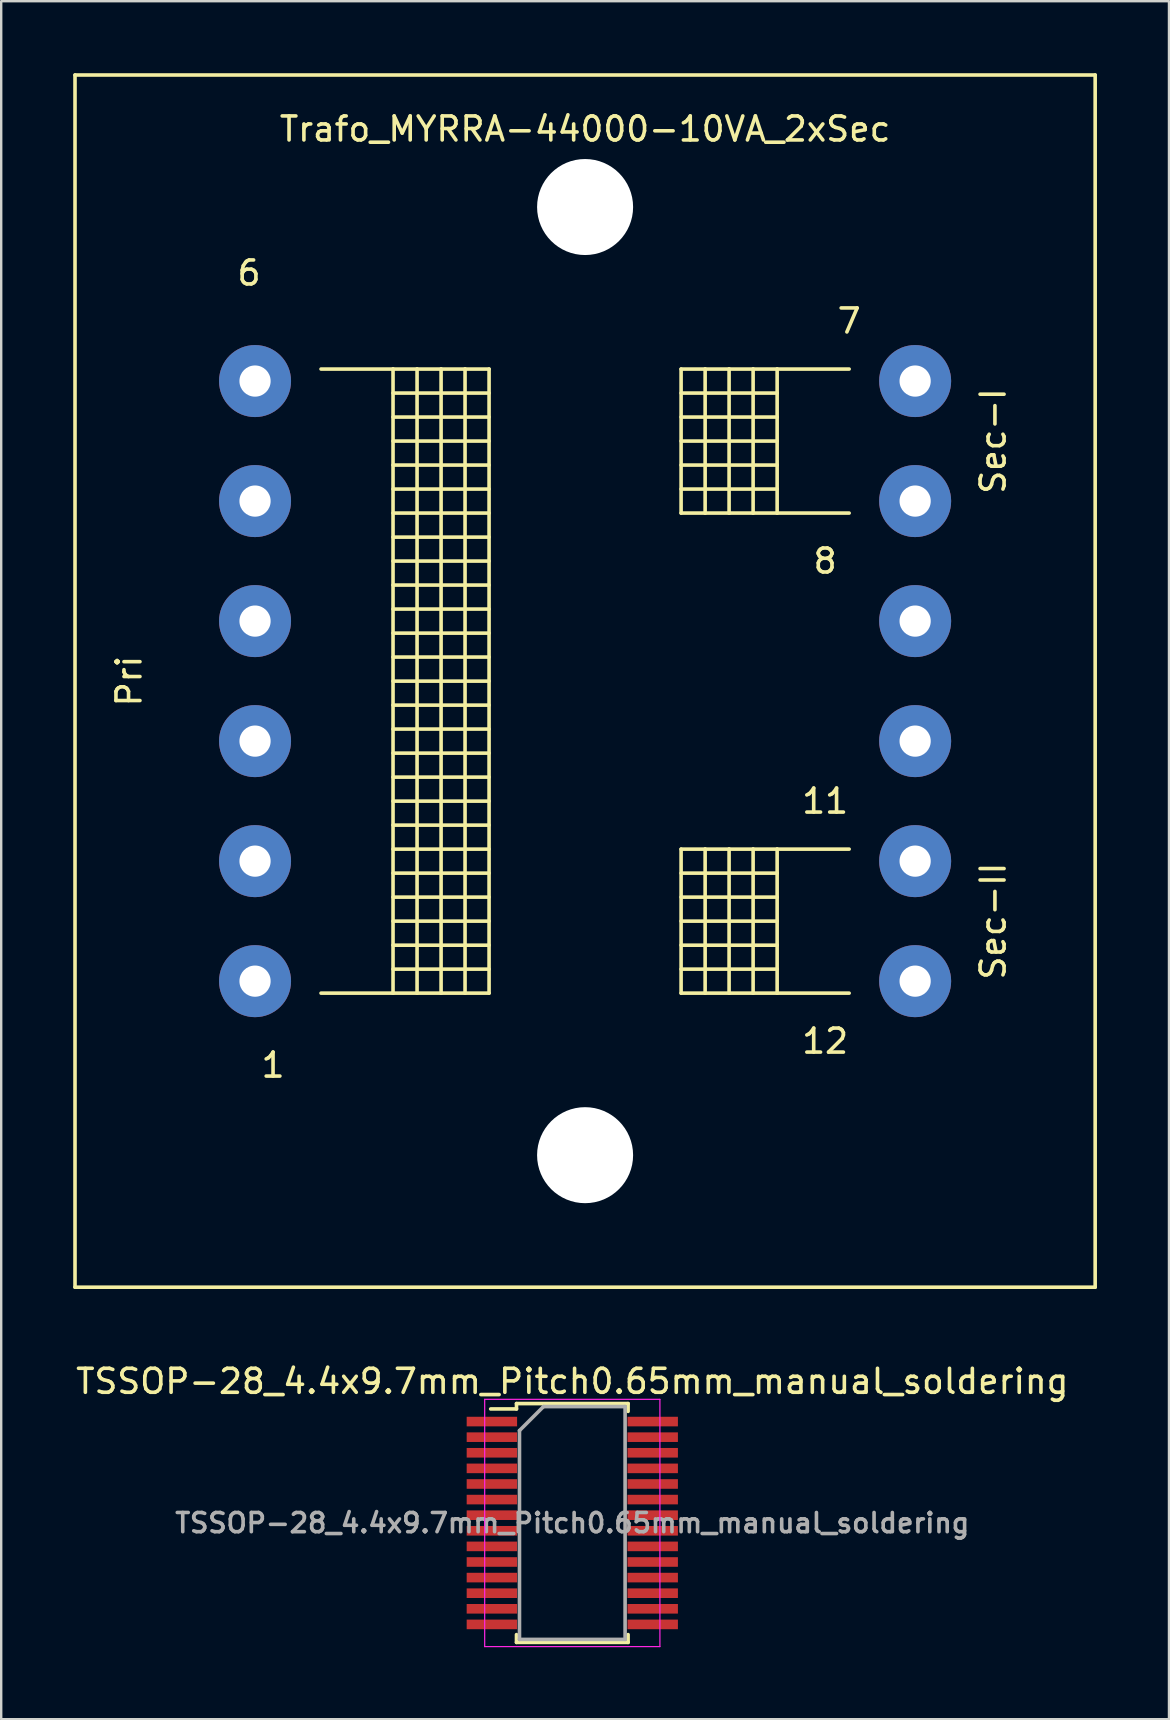
<source format=kicad_pcb>
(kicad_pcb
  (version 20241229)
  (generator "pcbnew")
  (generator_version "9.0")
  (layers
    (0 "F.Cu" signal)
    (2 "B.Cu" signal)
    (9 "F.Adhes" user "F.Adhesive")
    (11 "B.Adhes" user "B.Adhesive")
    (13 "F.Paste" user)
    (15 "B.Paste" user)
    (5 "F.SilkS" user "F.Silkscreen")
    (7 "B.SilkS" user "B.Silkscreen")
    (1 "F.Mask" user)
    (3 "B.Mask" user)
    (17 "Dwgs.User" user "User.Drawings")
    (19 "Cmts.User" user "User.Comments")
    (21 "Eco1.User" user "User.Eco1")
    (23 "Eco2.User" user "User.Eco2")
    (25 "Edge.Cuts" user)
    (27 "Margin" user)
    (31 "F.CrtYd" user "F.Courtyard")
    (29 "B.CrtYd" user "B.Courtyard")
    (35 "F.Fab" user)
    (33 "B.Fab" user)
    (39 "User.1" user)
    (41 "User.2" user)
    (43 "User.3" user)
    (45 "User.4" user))
  (footprint "Trafo_MYRRA-44000-10VA_2xSec"
    (layer "F.Cu")
    (at 21.325 25.325)
    (property "Reference" "Trafo_MYRRA-44000-10VA_2xSec" (at 0 -23 0) (layer "F.SilkS") (effects (font (size 1 1) (thickness 0.15))))
    (attr through_hole)
    (fp_line (start -21.25 -25.25) (end 21.25 -25.25) (stroke (width 0.15) (type solid)) (layer "F.SilkS"))
    (fp_line (start -21.25 25.25) (end -21.25 -25.25) (stroke (width 0.15) (type solid)) (layer "F.SilkS"))
    (fp_line (start -11.001 -13) (end -8.001 -13) (stroke (width 0.15) (type solid)) (layer "F.SilkS"))
    (fp_line (start -8.001 -13) (end -8.001 13) (stroke (width 0.15) (type solid)) (layer "F.SilkS"))
    (fp_line (start -8.001 -13) (end -7 -13) (stroke (width 0.15) (type solid)) (layer "F.SilkS"))
    (fp_line (start -8.001 -11.999) (end -4 -11.999) (stroke (width 0.15) (type solid)) (layer "F.SilkS"))
    (fp_line (start -8.001 -11.001) (end -4 -11.001) (stroke (width 0.15) (type solid)) (layer "F.SilkS"))
    (fp_line (start -8.001 -10) (end -4 -10) (stroke (width 0.15) (type solid)) (layer "F.SilkS"))
    (fp_line (start -8.001 -8.999) (end -4 -8.999) (stroke (width 0.15) (type solid)) (layer "F.SilkS"))
    (fp_line (start -8.001 -8.001) (end -4 -8.001) (stroke (width 0.15) (type solid)) (layer "F.SilkS"))
    (fp_line (start -8.001 -7) (end -4 -7) (stroke (width 0.15) (type solid)) (layer "F.SilkS"))
    (fp_line (start -8.001 -5.999) (end -4 -5.999) (stroke (width 0.15) (type solid)) (layer "F.SilkS"))
    (fp_line (start -8.001 -5.001) (end -4 -5.001) (stroke (width 0.15) (type solid)) (layer "F.SilkS"))
    (fp_line (start -8.001 -4) (end -4 -4) (stroke (width 0.15) (type solid)) (layer "F.SilkS"))
    (fp_line (start -8.001 -3) (end -4 -3) (stroke (width 0.15) (type solid)) (layer "F.SilkS"))
    (fp_line (start -8.001 -1.999) (end -4 -1.999) (stroke (width 0.15) (type solid)) (layer "F.SilkS"))
    (fp_line (start -8.001 -1.001) (end -4 -1.001) (stroke (width 0.15) (type solid)) (layer "F.SilkS"))
    (fp_line (start -8.001 0) (end -4 0) (stroke (width 0.15) (type solid)) (layer "F.SilkS"))
    (fp_line (start -8.001 1.001) (end -4 1.001) (stroke (width 0.15) (type solid)) (layer "F.SilkS"))
    (fp_line (start -8.001 1.999) (end -4 1.999) (stroke (width 0.15) (type solid)) (layer "F.SilkS"))
    (fp_line (start -8.001 3) (end -4 3) (stroke (width 0.15) (type solid)) (layer "F.SilkS"))
    (fp_line (start -8.001 4) (end -4 4) (stroke (width 0.15) (type solid)) (layer "F.SilkS"))
    (fp_line (start -8.001 5.001) (end -4 5.001) (stroke (width 0.15) (type solid)) (layer "F.SilkS"))
    (fp_line (start -8.001 5.999) (end -4 5.999) (stroke (width 0.15) (type solid)) (layer "F.SilkS"))
    (fp_line (start -8.001 7) (end -4 7) (stroke (width 0.15) (type solid)) (layer "F.SilkS"))
    (fp_line (start -8.001 8.001) (end -4 8.001) (stroke (width 0.15) (type solid)) (layer "F.SilkS"))
    (fp_line (start -8.001 8.999) (end -4 8.999) (stroke (width 0.15) (type solid)) (layer "F.SilkS"))
    (fp_line (start -8.001 10) (end -4 10) (stroke (width 0.15) (type solid)) (layer "F.SilkS"))
    (fp_line (start -8.001 11.999) (end -4 11.999) (stroke (width 0.15) (type solid)) (layer "F.SilkS"))
    (fp_line (start -8.001 13) (end -11.001 13) (stroke (width 0.15) (type solid)) (layer "F.SilkS"))
    (fp_line (start -7 -13) (end -7 13) (stroke (width 0.15) (type solid)) (layer "F.SilkS"))
    (fp_line (start -7 -13) (end -5.999 -13) (stroke (width 0.15) (type solid)) (layer "F.SilkS"))
    (fp_line (start -7 11.001) (end -8.001 11.001) (stroke (width 0.15) (type solid)) (layer "F.SilkS"))
    (fp_line (start -7 11.001) (end -4 11.001) (stroke (width 0.15) (type solid)) (layer "F.SilkS"))
    (fp_line (start -7 13) (end -8.001 13) (stroke (width 0.15) (type solid)) (layer "F.SilkS"))
    (fp_line (start -5.999 -13) (end -5.999 13) (stroke (width 0.15) (type solid)) (layer "F.SilkS"))
    (fp_line (start -5.999 -13) (end -5.001 -13) (stroke (width 0.15) (type solid)) (layer "F.SilkS"))
    (fp_line (start -5.999 13) (end -7 13) (stroke (width 0.15) (type solid)) (layer "F.SilkS"))
    (fp_line (start -5.001 -13) (end -5.001 13) (stroke (width 0.15) (type solid)) (layer "F.SilkS"))
    (fp_line (start -5.001 -13) (end -4 -13) (stroke (width 0.15) (type solid)) (layer "F.SilkS"))
    (fp_line (start -5.001 13) (end -5.999 13) (stroke (width 0.15) (type solid)) (layer "F.SilkS"))
    (fp_line (start -4 -13) (end -4 13) (stroke (width 0.15) (type solid)) (layer "F.SilkS"))
    (fp_line (start -4 13) (end -5.001 13) (stroke (width 0.15) (type solid)) (layer "F.SilkS"))
    (fp_line (start 4 -13) (end 4 -7) (stroke (width 0.15) (type solid)) (layer "F.SilkS"))
    (fp_line (start 4 -11.999) (end 8.001 -11.999) (stroke (width 0.15) (type solid)) (layer "F.SilkS"))
    (fp_line (start 4 -11.001) (end 8.001 -11.001) (stroke (width 0.15) (type solid)) (layer "F.SilkS"))
    (fp_line (start 4 -10) (end 8.001 -10) (stroke (width 0.15) (type solid)) (layer "F.SilkS"))
    (fp_line (start 4 -8.999) (end 8.001 -8.999) (stroke (width 0.15) (type solid)) (layer "F.SilkS"))
    (fp_line (start 4 -8.001) (end 8.001 -8.001) (stroke (width 0.15) (type solid)) (layer "F.SilkS"))
    (fp_line (start 4 -7) (end 5.001 -7) (stroke (width 0.15) (type solid)) (layer "F.SilkS"))
    (fp_line (start 4 7) (end 4 13) (stroke (width 0.15) (type solid)) (layer "F.SilkS"))
    (fp_line (start 4 8.001) (end 8.001 8.001) (stroke (width 0.15) (type solid)) (layer "F.SilkS"))
    (fp_line (start 4 8.999) (end 8.001 8.999) (stroke (width 0.15) (type solid)) (layer "F.SilkS"))
    (fp_line (start 4 10) (end 8.001 10) (stroke (width 0.15) (type solid)) (layer "F.SilkS"))
    (fp_line (start 4 11.001) (end 8.001 11.001) (stroke (width 0.15) (type solid)) (layer "F.SilkS"))
    (fp_line (start 4 11.999) (end 8.001 11.999) (stroke (width 0.15) (type solid)) (layer "F.SilkS"))
    (fp_line (start 4 13) (end 5.001 13) (stroke (width 0.15) (type solid)) (layer "F.SilkS"))
    (fp_line (start 5.001 -13) (end 4 -13) (stroke (width 0.15) (type solid)) (layer "F.SilkS"))
    (fp_line (start 5.001 -13) (end 5.001 -7) (stroke (width 0.15) (type solid)) (layer "F.SilkS"))
    (fp_line (start 5.001 -7) (end 5.999 -7) (stroke (width 0.15) (type solid)) (layer "F.SilkS"))
    (fp_line (start 5.001 7) (end 4 7) (stroke (width 0.15) (type solid)) (layer "F.SilkS"))
    (fp_line (start 5.001 7) (end 5.001 13) (stroke (width 0.15) (type solid)) (layer "F.SilkS"))
    (fp_line (start 5.001 13) (end 5.999 13) (stroke (width 0.15) (type solid)) (layer "F.SilkS"))
    (fp_line (start 5.999 -13) (end 5.001 -13) (stroke (width 0.15) (type solid)) (layer "F.SilkS"))
    (fp_line (start 5.999 -13) (end 5.999 -7) (stroke (width 0.15) (type solid)) (layer "F.SilkS"))
    (fp_line (start 5.999 -7) (end 7 -7) (stroke (width 0.15) (type solid)) (layer "F.SilkS"))
    (fp_line (start 5.999 7) (end 5.001 7) (stroke (width 0.15) (type solid)) (layer "F.SilkS"))
    (fp_line (start 5.999 7) (end 5.999 13) (stroke (width 0.15) (type solid)) (layer "F.SilkS"))
    (fp_line (start 5.999 13) (end 7 13) (stroke (width 0.15) (type solid)) (layer "F.SilkS"))
    (fp_line (start 7 -13) (end 5.999 -13) (stroke (width 0.15) (type solid)) (layer "F.SilkS"))
    (fp_line (start 7 -13) (end 7 -7) (stroke (width 0.15) (type solid)) (layer "F.SilkS"))
    (fp_line (start 7 -7) (end 8.001 -7) (stroke (width 0.15) (type solid)) (layer "F.SilkS"))
    (fp_line (start 7 7) (end 5.999 7) (stroke (width 0.15) (type solid)) (layer "F.SilkS"))
    (fp_line (start 7 7) (end 7 13) (stroke (width 0.15) (type solid)) (layer "F.SilkS"))
    (fp_line (start 7 13) (end 8.001 13) (stroke (width 0.15) (type solid)) (layer "F.SilkS"))
    (fp_line (start 8.001 -13) (end 7 -13) (stroke (width 0.15) (type solid)) (layer "F.SilkS"))
    (fp_line (start 8.001 -13) (end 8.001 -7) (stroke (width 0.15) (type solid)) (layer "F.SilkS"))
    (fp_line (start 8.001 -7) (end 11.001 -7) (stroke (width 0.15) (type solid)) (layer "F.SilkS"))
    (fp_line (start 8.001 7) (end 7 7) (stroke (width 0.15) (type solid)) (layer "F.SilkS"))
    (fp_line (start 8.001 7) (end 8.001 13) (stroke (width 0.15) (type solid)) (layer "F.SilkS"))
    (fp_line (start 8.001 13) (end 11.001 13) (stroke (width 0.15) (type solid)) (layer "F.SilkS"))
    (fp_line (start 11.001 -13) (end 8.001 -13) (stroke (width 0.15) (type solid)) (layer "F.SilkS"))
    (fp_line (start 11.001 7) (end 8.001 7) (stroke (width 0.15) (type solid)) (layer "F.SilkS"))
    (fp_line (start 21.25 -25.25) (end 21.25 25.25) (stroke (width 0.15) (type solid)) (layer "F.SilkS"))
    (fp_line (start 21.25 25.25) (end -21.25 25.25) (stroke (width 0.15) (type solid)) (layer "F.SilkS"))
    (fp_text user "8" (at 10 -5.001 0) (layer "F.SilkS") (effects (font (size 1 1) (thickness 0.15))))
    (fp_text user "7" (at 11.001 -15.001 0) (layer "F.SilkS") (effects (font (size 1 1) (thickness 0.15))))
    (fp_text user "1" (at -13 15.999 0) (layer "F.SilkS") (effects (font (size 1 1) (thickness 0.15))))
    (fp_text user "6" (at -14 -17 0) (layer "F.SilkS") (effects (font (size 1 1) (thickness 0.15))))
    (fp_text user "11" (at 10 5.001 0) (layer "F.SilkS") (effects (font (size 1 1) (thickness 0.15))))
    (fp_text user "Pri" (at -18.999 0 90) (layer "F.SilkS") (effects (font (size 1 1) (thickness 0.15))))
    (fp_text user "Sec-II" (at 17 10 90) (layer "F.SilkS") (effects (font (size 1 1) (thickness 0.15))))
    (fp_text user "12" (at 10 15.001 0) (layer "F.SilkS") (effects (font (size 1 1) (thickness 0.15))))
    (fp_text user "Sec-I" (at 17 -10 90) (layer "F.SilkS") (effects (font (size 1 1) (thickness 0.15))))
    (pad "" np_thru_hole circle (at 0 -19.75) (size 4 4) (drill 4) (layers "*.Cu" "*.Mask"))
    (pad "" np_thru_hole circle (at 0 19.75) (size 4 4) (drill 4) (layers "*.Cu" "*.Mask"))
    (pad "1" thru_hole circle (at -13.75 12.5) (size 3 3) (drill 1.3) (layers "*.Cu" "*.Mask"))
    (pad "2" thru_hole circle (at -13.75 7.5) (size 3 3) (drill 1.3) (layers "*.Cu" "*.Mask"))
    (pad "3" thru_hole circle (at -13.75 2.5) (size 3 3) (drill 1.3) (layers "*.Cu" "*.Mask"))
    (pad "4" thru_hole circle (at -13.75 -2.5) (size 3 3) (drill 1.3) (layers "*.Cu" "*.Mask"))
    (pad "5" thru_hole circle (at -13.75 -7.5) (size 3 3) (drill 1.3) (layers "*.Cu" "*.Mask"))
    (pad "6" thru_hole circle (at -13.75 -12.5) (size 3 3) (drill 1.3) (layers "*.Cu" "*.Mask"))
    (pad "7" thru_hole circle (at 13.75 -12.5) (size 3 3) (drill 1.3) (layers "*.Cu" "*.Mask"))
    (pad "8" thru_hole circle (at 13.75 -7.5) (size 3 3) (drill 1.3) (layers "*.Cu" "*.Mask"))
    (pad "9" thru_hole circle (at 13.75 -2.5) (size 3 3) (drill 1.3) (layers "*.Cu" "*.Mask"))
    (pad "10" thru_hole circle (at 13.75 2.5) (size 3 3) (drill 1.3) (layers "*.Cu" "*.Mask"))
    (pad "11" thru_hole circle (at 13.75 7.5) (size 3 3) (drill 1.3) (layers "*.Cu" "*.Mask"))
    (pad "12" thru_hole circle (at 13.75 12.5) (size 3 3) (drill 1.3) (layers "*.Cu" "*.Mask")))
  (footprint "TSSOP-28_4.4x9.7mm_Pitch0.65mm_manual_soldering"
    (layer "F.Cu")
    (at 20.792 60.398)
    (property "Reference" "TSSOP-28_4.4x9.7mm_Pitch0.65mm_manual_soldering" (at 0 -5.9 0) (layer "F.SilkS") (effects (font (size 1 1) (thickness 0.15))))
    (attr smd)
    (fp_line (start -2.325 -4.975) (end -2.325 -4.75) (stroke (width 0.15) (type solid)) (layer "F.SilkS"))
    (fp_line (start -2.325 -4.975) (end 2.325 -4.975) (stroke (width 0.15) (type solid)) (layer "F.SilkS"))
    (fp_line (start -2.325 -4.75) (end -3.4 -4.75) (stroke (width 0.15) (type solid)) (layer "F.SilkS"))
    (fp_line (start -2.325 4.975) (end -2.325 4.65) (stroke (width 0.15) (type solid)) (layer "F.SilkS"))
    (fp_line (start -2.325 4.975) (end 2.325 4.975) (stroke (width 0.15) (type solid)) (layer "F.SilkS"))
    (fp_line (start 2.325 -4.975) (end 2.325 -4.65) (stroke (width 0.15) (type solid)) (layer "F.SilkS"))
    (fp_line (start 2.325 4.975) (end 2.325 4.65) (stroke (width 0.15) (type solid)) (layer "F.SilkS"))
    (fp_line (start -3.65 -5.15) (end -3.65 5.15) (stroke (width 0.05) (type solid)) (layer "F.CrtYd"))
    (fp_line (start -3.65 -5.15) (end 3.65 -5.15) (stroke (width 0.05) (type solid)) (layer "F.CrtYd"))
    (fp_line (start -3.65 5.15) (end 3.65 5.15) (stroke (width 0.05) (type solid)) (layer "F.CrtYd"))
    (fp_line (start 3.65 -5.15) (end 3.65 5.15) (stroke (width 0.05) (type solid)) (layer "F.CrtYd"))
    (fp_line (start -2.2 -3.85) (end -1.2 -4.85) (stroke (width 0.15) (type solid)) (layer "F.Fab"))
    (fp_line (start -2.2 4.85) (end -2.2 -3.85) (stroke (width 0.15) (type solid)) (layer "F.Fab"))
    (fp_line (start -1.2 -4.85) (end 2.2 -4.85) (stroke (width 0.15) (type solid)) (layer "F.Fab"))
    (fp_line (start 2.2 -4.85) (end 2.2 4.85) (stroke (width 0.15) (type solid)) (layer "F.Fab"))
    (fp_line (start 2.2 4.85) (end -2.2 4.85) (stroke (width 0.15) (type solid)) (layer "F.Fab"))
    (fp_text user "${REFERENCE}" (at 0 0 0) (layer "F.Fab") (effects (font (size 0.8 0.8) (thickness 0.15))))
    (pad "1" smd rect (at -3.35 -4.225) (size 2.1 0.4) (layers "F.Cu" "F.Mask" "F.Paste"))
    (pad "2" smd rect (at -3.35 -3.575) (size 2.1 0.4) (layers "F.Cu" "F.Mask" "F.Paste"))
    (pad "3" smd rect (at -3.35 -2.925) (size 2.1 0.4) (layers "F.Cu" "F.Mask" "F.Paste"))
    (pad "4" smd rect (at -3.35 -2.275) (size 2.1 0.4) (layers "F.Cu" "F.Mask" "F.Paste"))
    (pad "5" smd rect (at -3.35 -1.625) (size 2.1 0.4) (layers "F.Cu" "F.Mask" "F.Paste"))
    (pad "6" smd rect (at -3.35 -0.975) (size 2.1 0.4) (layers "F.Cu" "F.Mask" "F.Paste"))
    (pad "7" smd rect (at -3.35 -0.325) (size 2.1 0.4) (layers "F.Cu" "F.Mask" "F.Paste"))
    (pad "8" smd rect (at -3.35 0.325) (size 2.1 0.4) (layers "F.Cu" "F.Mask" "F.Paste"))
    (pad "9" smd rect (at -3.35 0.975) (size 2.1 0.4) (layers "F.Cu" "F.Mask" "F.Paste"))
    (pad "10" smd rect (at -3.35 1.625) (size 2.1 0.4) (layers "F.Cu" "F.Mask" "F.Paste"))
    (pad "11" smd rect (at -3.35 2.275) (size 2.1 0.4) (layers "F.Cu" "F.Mask" "F.Paste"))
    (pad "12" smd rect (at -3.35 2.925) (size 2.1 0.4) (layers "F.Cu" "F.Mask" "F.Paste"))
    (pad "13" smd rect (at -3.35 3.575) (size 2.1 0.4) (layers "F.Cu" "F.Mask" "F.Paste"))
    (pad "14" smd rect (at -3.35 4.225) (size 2.1 0.4) (layers "F.Cu" "F.Mask" "F.Paste"))
    (pad "15" smd rect (at 3.35 4.225) (size 2.1 0.4) (layers "F.Cu" "F.Mask" "F.Paste"))
    (pad "16" smd rect (at 3.35 3.575) (size 2.1 0.4) (layers "F.Cu" "F.Mask" "F.Paste"))
    (pad "17" smd rect (at 3.35 2.925) (size 2.1 0.4) (layers "F.Cu" "F.Mask" "F.Paste"))
    (pad "18" smd rect (at 3.35 2.275) (size 2.1 0.4) (layers "F.Cu" "F.Mask" "F.Paste"))
    (pad "19" smd rect (at 3.35 1.625) (size 2.1 0.4) (layers "F.Cu" "F.Mask" "F.Paste"))
    (pad "20" smd rect (at 3.35 0.975) (size 2.1 0.4) (layers "F.Cu" "F.Mask" "F.Paste"))
    (pad "21" smd rect (at 3.35 0.325) (size 2.1 0.4) (layers "F.Cu" "F.Mask" "F.Paste"))
    (pad "22" smd rect (at 3.35 -0.325) (size 2.1 0.4) (layers "F.Cu" "F.Mask" "F.Paste"))
    (pad "23" smd rect (at 3.35 -0.975) (size 2.1 0.4) (layers "F.Cu" "F.Mask" "F.Paste"))
    (pad "24" smd rect (at 3.35 -1.625) (size 2.1 0.4) (layers "F.Cu" "F.Mask" "F.Paste"))
    (pad "25" smd rect (at 3.35 -2.275) (size 2.1 0.4) (layers "F.Cu" "F.Mask" "F.Paste"))
    (pad "26" smd rect (at 3.35 -2.925) (size 2.1 0.4) (layers "F.Cu" "F.Mask" "F.Paste"))
    (pad "27" smd rect (at 3.35 -3.575) (size 2.1 0.4) (layers "F.Cu" "F.Mask" "F.Paste"))
    (pad "28" smd rect (at 3.35 -4.225) (size 2.1 0.4) (layers "F.Cu" "F.Mask" "F.Paste")))
  (gr_rect
    (start -3 -3)
    (end 45.65 68.573)
    (stroke (width 0.1) (type default))
    (fill no)
    (layer "Edge.Cuts")))
</source>
